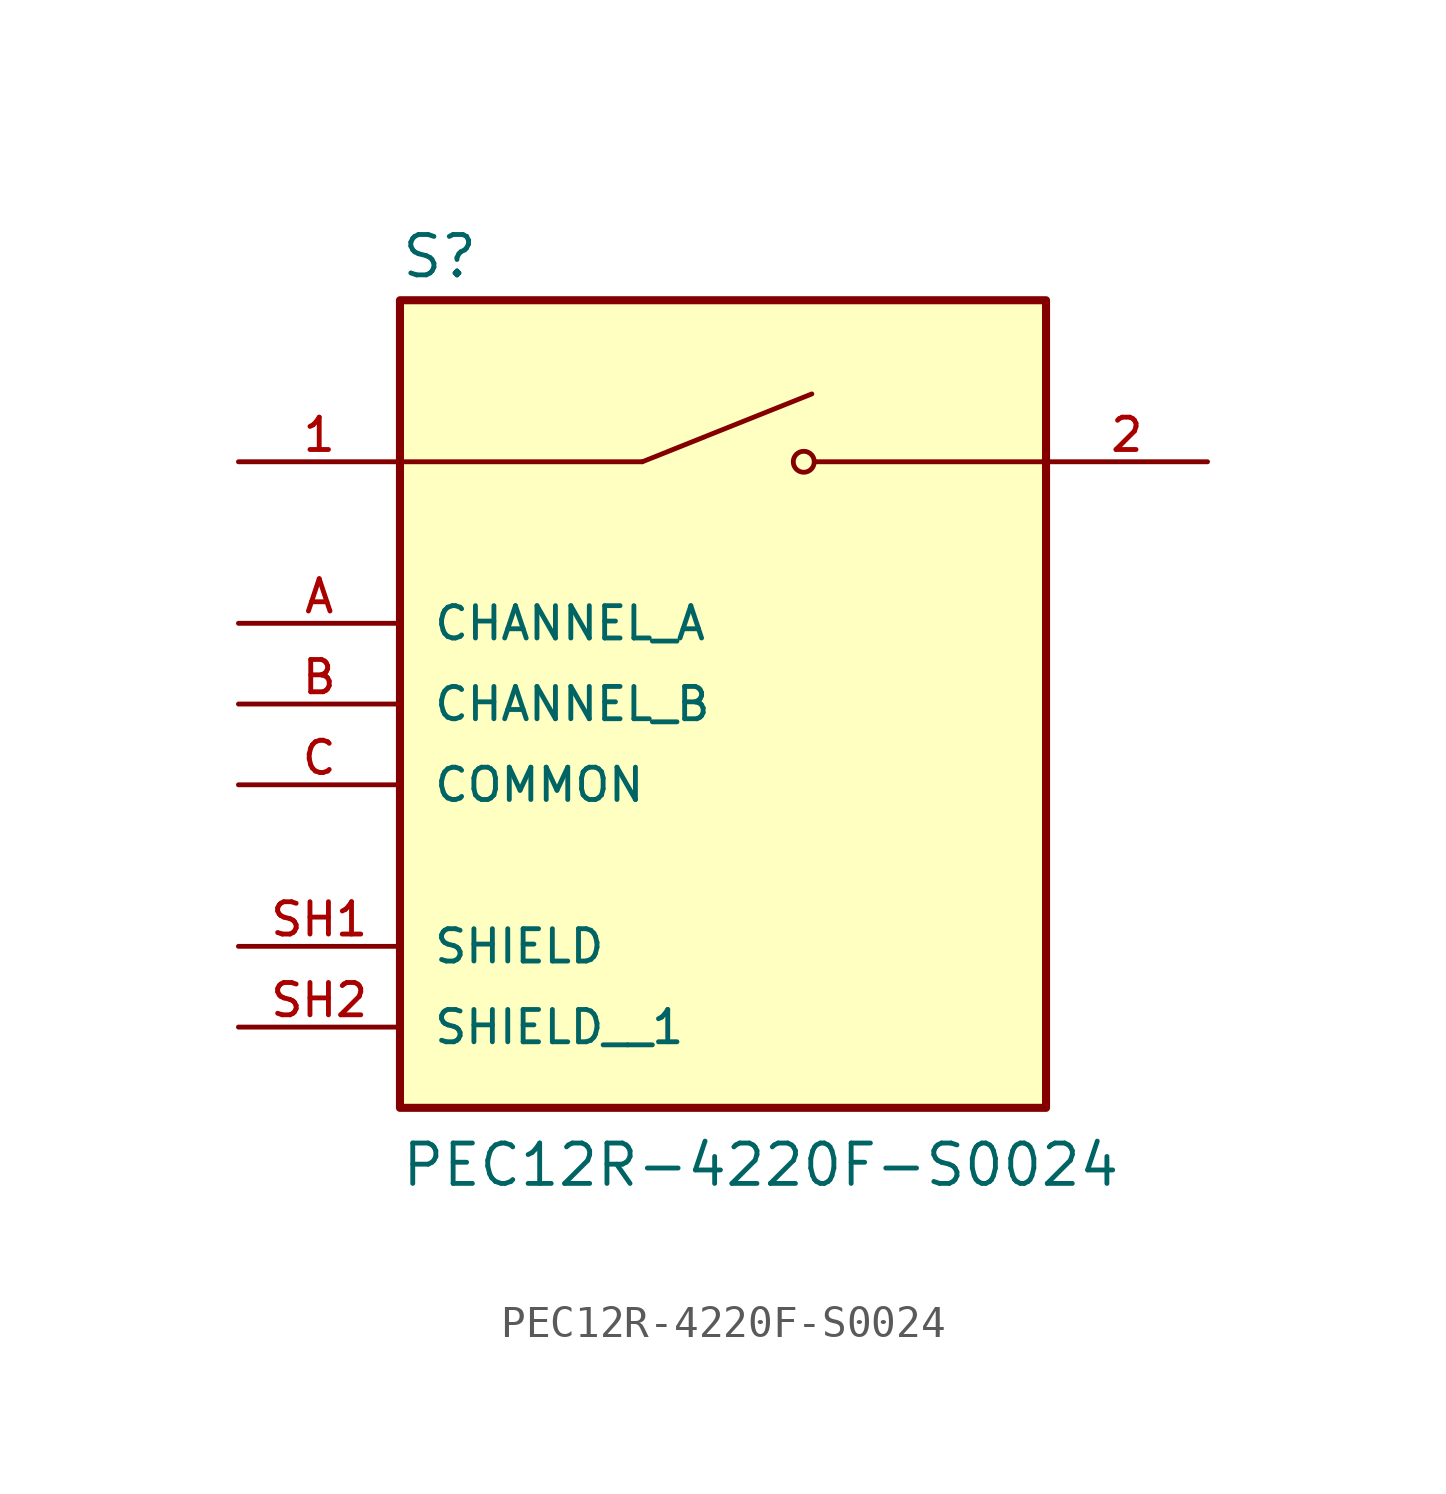
<source format=kicad_sym>
(kicad_symbol_lib
  (version 20211014)
  (generator kicad_symbol_editor)
  (symbol "PEC12R-4220F-S0024"
    (pin_names
      (offset 1.016))
    (property "Reference" "S"
      (at -10.16 10.795 0)
      (effects (font (size 1.27 1.27)) (justify bottom left)))
    (property "Value" "PEC12R-4220F-S0024"
      (at -10.16 -17.78 0)
      (effects (font (size 1.27 1.27)) (justify bottom left)))
    (symbol "PEC12R-4220F-S0024_0_0"
      (polyline (pts (xy -2.54 5.08) (xy 2.794 7.214)) (stroke (width 0.152)))
      (circle (center 2.54 5.08) (radius 0.33) (stroke (width 0.152)) (fill (type none)))
      (polyline (pts (xy 10.16 5.08) (xy 2.921 5.08)) (stroke (width 0.152)))
      (polyline (pts (xy -2.54 5.08) (xy -10.16 5.08)) (stroke (width 0.152)))
      (rectangle (start -10.16 -15.24) (end 10.16 10.16) (stroke (width 0.254)) (fill (type background)))
      (pin passive line (at -15.24 5.08 0) (length 5.08) (name "~" (effects (font (size 1.016 1.016)))) (number "1" (effects (font (size 1.016 1.016)))))
      (pin passive line (at 15.24 5.08 180.0) (length 5.08) (name "~" (effects (font (size 1.016 1.016)))) (number "2" (effects (font (size 1.016 1.016)))))
      (pin passive line (at -15.24 0.0 0) (length 5.08) (name "CHANNEL_A" (effects (font (size 1.016 1.016)))) (number "A" (effects (font (size 1.016 1.016)))))
      (pin passive line (at -15.24 -2.54 0) (length 5.08) (name "CHANNEL_B" (effects (font (size 1.016 1.016)))) (number "B" (effects (font (size 1.016 1.016)))))
      (pin passive line (at -15.24 -10.16 0) (length 5.08) (name "SHIELD" (effects (font (size 1.016 1.016)))) (number "SH1" (effects (font (size 1.016 1.016)))))
      (pin passive line (at -15.24 -5.08 0) (length 5.08) (name "COMMON" (effects (font (size 1.016 1.016)))) (number "C" (effects (font (size 1.016 1.016)))))
      (pin passive line (at -15.24 -12.7 0) (length 5.08) (name "SHIELD__1" (effects (font (size 1.016 1.016)))) (number "SH2" (effects (font (size 1.016 1.016))))))))
</source>
